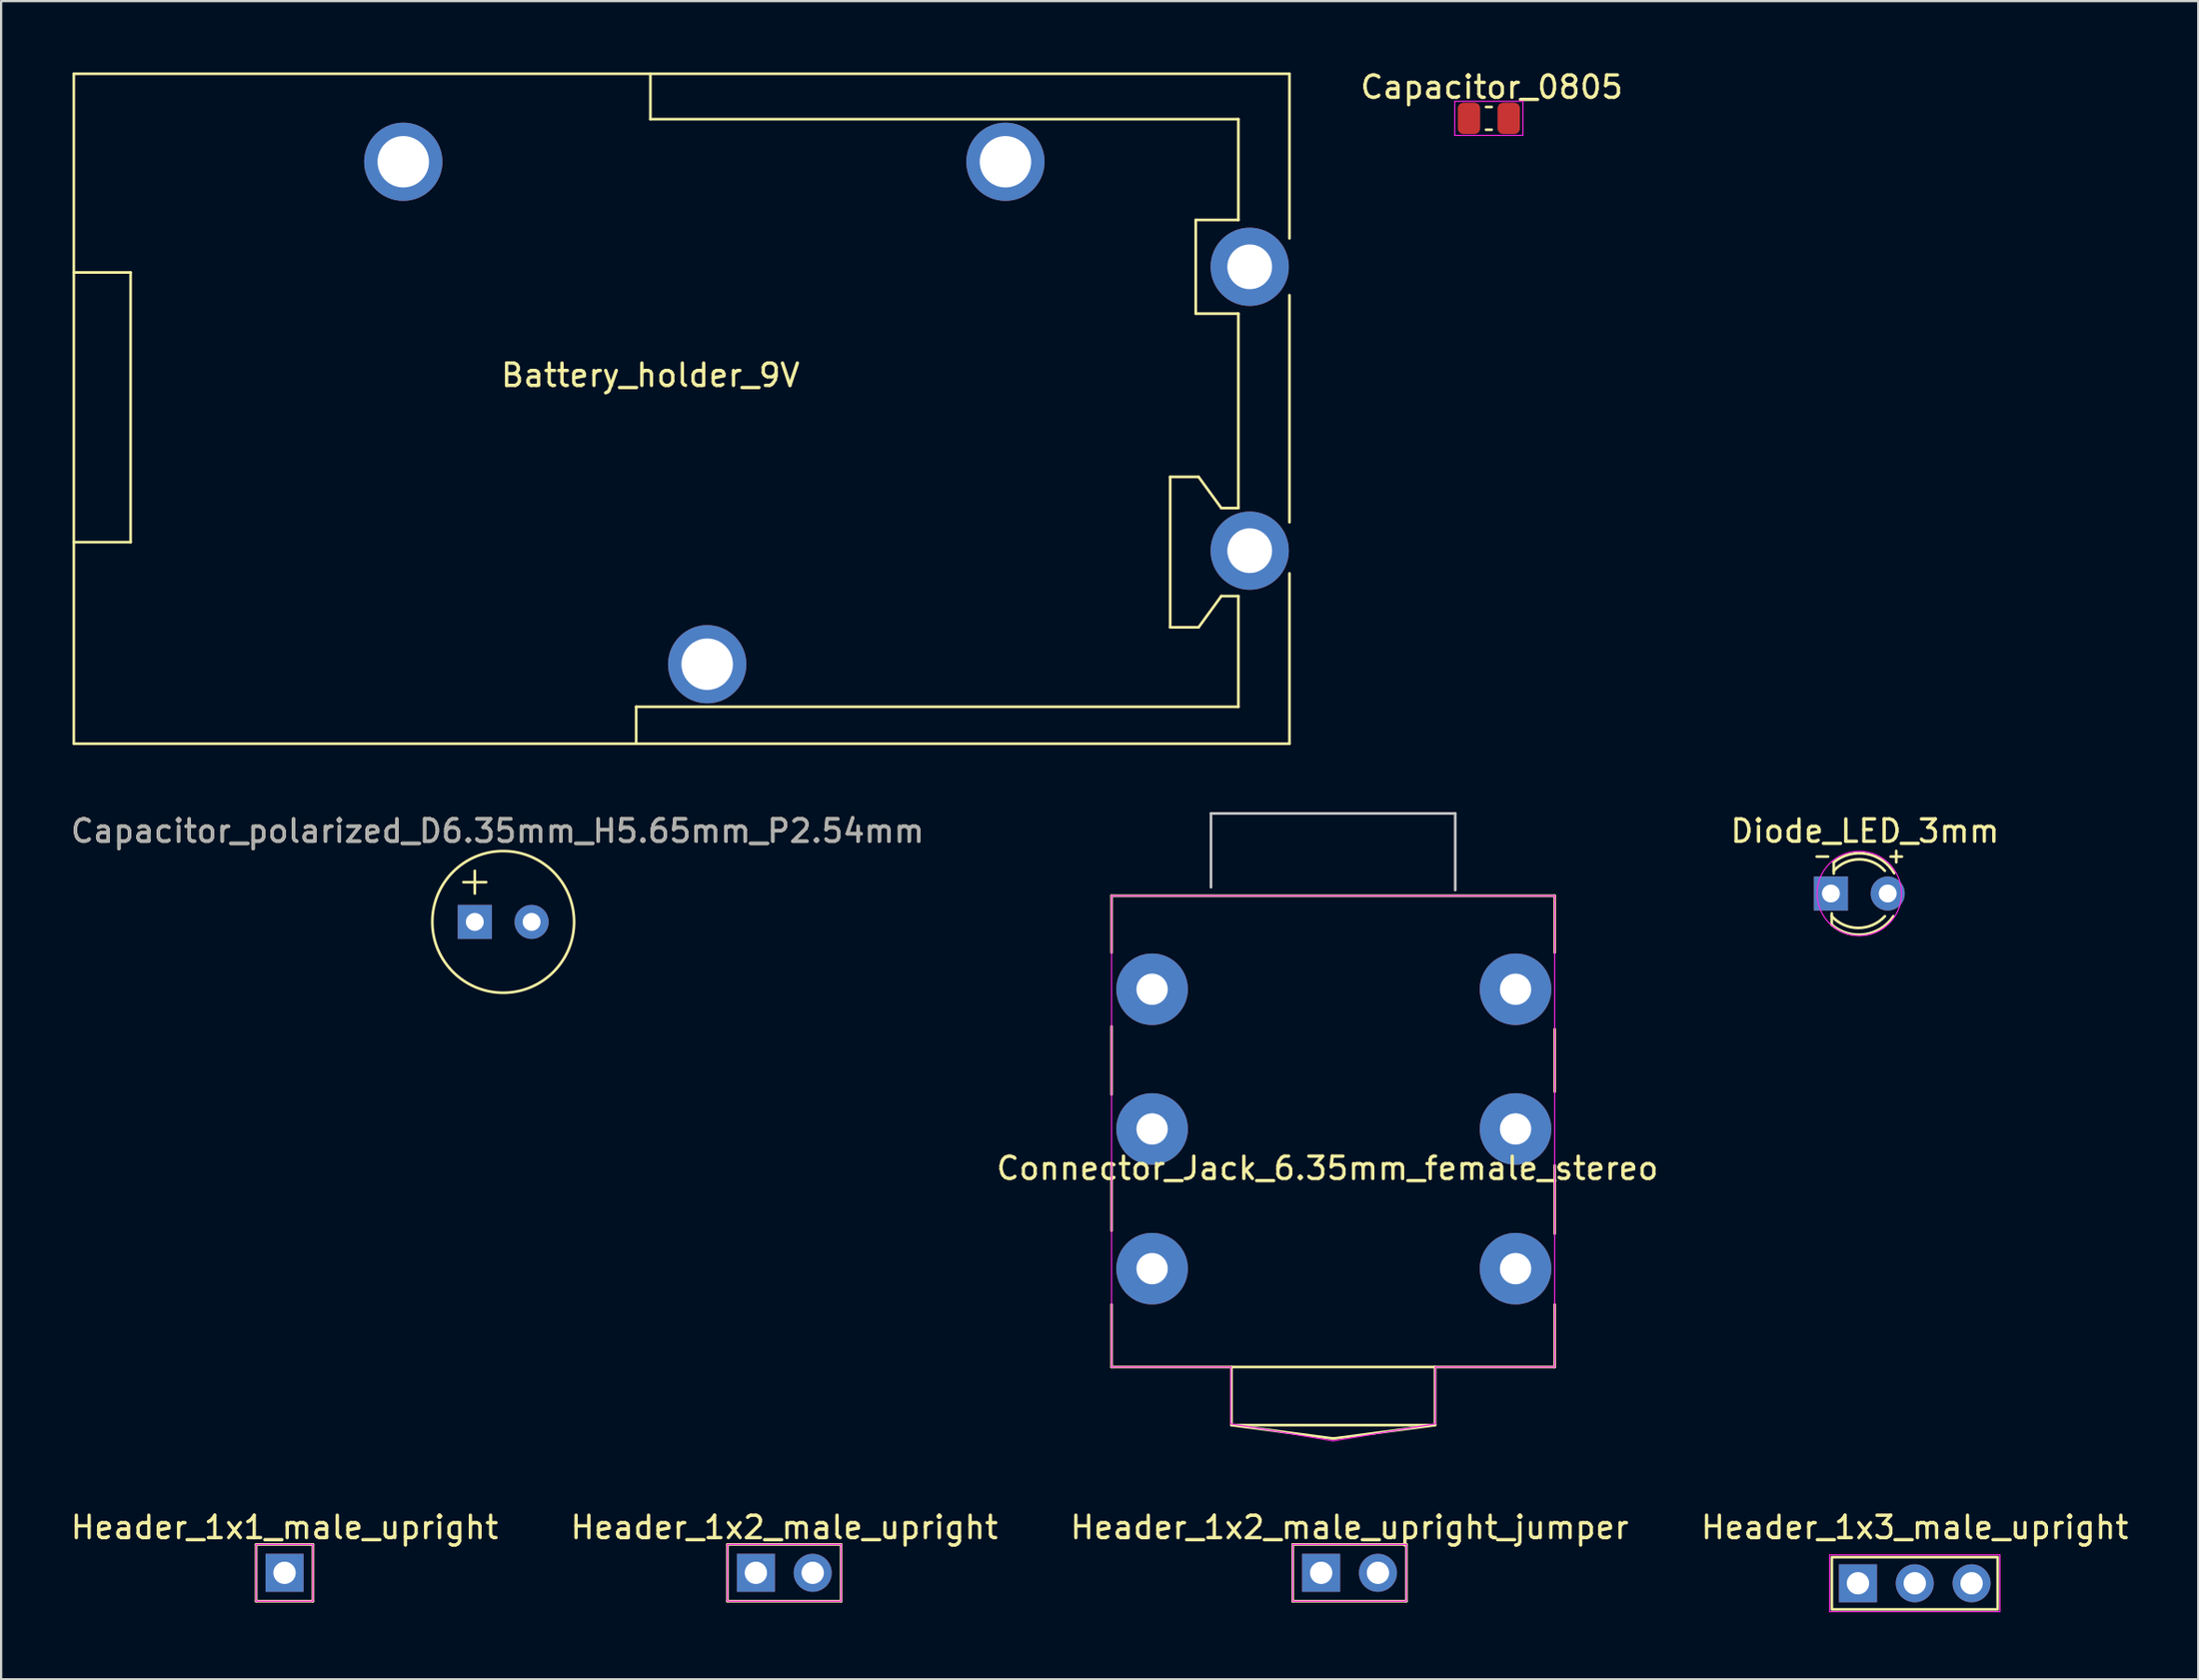
<source format=kicad_pcb>
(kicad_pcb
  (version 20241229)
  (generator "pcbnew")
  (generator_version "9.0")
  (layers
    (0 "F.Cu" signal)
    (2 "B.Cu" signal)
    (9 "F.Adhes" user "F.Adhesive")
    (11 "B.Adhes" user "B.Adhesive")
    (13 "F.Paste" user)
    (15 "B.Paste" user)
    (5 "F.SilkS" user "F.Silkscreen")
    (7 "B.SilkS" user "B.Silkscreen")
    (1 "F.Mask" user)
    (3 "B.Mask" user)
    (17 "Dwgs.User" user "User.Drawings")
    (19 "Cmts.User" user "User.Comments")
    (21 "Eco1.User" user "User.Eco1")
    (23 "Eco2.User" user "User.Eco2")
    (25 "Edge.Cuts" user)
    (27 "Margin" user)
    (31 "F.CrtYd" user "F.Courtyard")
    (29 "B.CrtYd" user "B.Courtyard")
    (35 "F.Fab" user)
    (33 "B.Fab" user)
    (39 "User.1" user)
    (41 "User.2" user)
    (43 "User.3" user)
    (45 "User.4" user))
  (footprint "Capacitor_0805"
    (layer "F.Cu")
    (at 63.521 2.245)
    (property "Reference" "Capacitor_0805" (at 0.127 -1.397 0) (unlocked yes) (layer "F.SilkS") (effects (font (size 1 1) (thickness 0.15))))
    (attr smd)
    (fp_line (start -0.127 -0.508) (end 0.127 -0.508) (stroke (width 0.12) (type solid)) (layer "F.SilkS"))
    (fp_line (start -0.127 0.508) (end 0.127 0.508) (stroke (width 0.12) (type solid)) (layer "F.SilkS"))
    (fp_line (start -1.524 -0.762) (end -1.524 0.762) (stroke (width 0.05) (type solid)) (layer "F.CrtYd"))
    (fp_line (start -1.524 0.762) (end 1.524 0.762) (stroke (width 0.05) (type solid)) (layer "F.CrtYd"))
    (fp_line (start 1.524 -0.762) (end -1.524 -0.762) (stroke (width 0.05) (type solid)) (layer "F.CrtYd"))
    (fp_line (start 1.524 0.762) (end 1.524 -0.762) (stroke (width 0.05) (type solid)) (layer "F.CrtYd"))
    (pad "1" smd roundrect (at 0.889 0) (size 1 1.4) (layers "F.Cu" "F.Mask" "F.Paste") (roundrect_rratio 0.25))
    (pad "2" smd roundrect (at -0.889 0) (size 1 1.4) (layers "F.Cu" "F.Mask" "F.Paste") (roundrect_rratio 0.25)))
  (footprint "Connector_Jack_6.35mm_female_stereo"
    (layer "F.Cu")
    (at 56.558 47.439)
    (property "Reference" "Connector_Jack_6.35mm_female_stereo" (at -0.254 1.778 0) (unlocked yes) (layer "F.SilkS") (effects (font (size 1 1) (thickness 0.15))))
    (attr through_hole)
    (fp_line (start -9.906 -10.414) (end -9.906 -7.874) (stroke (width 0.12) (type solid)) (layer "F.SilkS"))
    (fp_line (start -9.906 -4.572) (end -9.906 -1.524) (stroke (width 0.12) (type solid)) (layer "F.SilkS"))
    (fp_line (start -9.906 1.651) (end -9.906 4.572) (stroke (width 0.12) (type solid)) (layer "F.SilkS"))
    (fp_line (start -9.906 7.874) (end -9.906 10.668) (stroke (width 0.12) (type solid)) (layer "F.SilkS"))
    (fp_line (start -9.906 10.668) (end -4.544 10.668) (stroke (width 0.12) (type solid)) (layer "F.SilkS"))
    (fp_line (start 0.006 13.868) (end -4.544 13.268) (stroke (width 0.12) (type solid)) (layer "F.SilkS"))
    (fp_line (start 4.556 10.668) (end 9.906 10.668) (stroke (width 0.12) (type solid)) (layer "F.SilkS"))
    (fp_line (start 4.556 13.268) (end 0.006 13.868) (stroke (width 0.12) (type solid)) (layer "F.SilkS"))
    (fp_line (start 9.906 -10.414) (end -9.906 -10.414) (stroke (width 0.12) (type solid)) (layer "F.SilkS"))
    (fp_line (start 9.906 -7.874) (end 9.906 -10.414) (stroke (width 0.12) (type solid)) (layer "F.SilkS"))
    (fp_line (start 9.906 -1.651) (end 9.906 -4.445) (stroke (width 0.12) (type solid)) (layer "F.SilkS"))
    (fp_line (start 9.906 4.699) (end 9.906 1.651) (stroke (width 0.12) (type solid)) (layer "F.SilkS"))
    (fp_line (start 9.906 10.668) (end 9.906 7.874) (stroke (width 0.12) (type solid)) (layer "F.SilkS"))
    (fp_rect (start -4.544 10.668) (end 4.556 13.268) (stroke (width 0.12) (type solid)) (fill no) (layer "F.SilkS"))
    (fp_line (start -5.461 -14.097) (end 5.461 -14.097) (stroke (width 0.12) (type solid)) (layer "Dwgs.User"))
    (fp_line (start -5.461 -10.795) (end -5.461 -14.097) (stroke (width 0.12) (type solid)) (layer "Dwgs.User"))
    (fp_line (start 5.461 -14.097) (end 5.461 -10.668) (stroke (width 0.12) (type solid)) (layer "Dwgs.User"))
    (fp_line (start -9.906 -10.414) (end 9.906 -10.414) (stroke (width 0.05) (type solid)) (layer "F.CrtYd"))
    (fp_line (start -9.906 10.668) (end -9.906 -10.414) (stroke (width 0.05) (type solid)) (layer "F.CrtYd"))
    (fp_line (start -4.572 10.668) (end -9.906 10.668) (stroke (width 0.05) (type solid)) (layer "F.CrtYd"))
    (fp_line (start -4.572 13.208) (end -4.572 10.668) (stroke (width 0.05) (type solid)) (layer "F.CrtYd"))
    (fp_line (start 0 13.97) (end -4.572 13.208) (stroke (width 0.05) (type solid)) (layer "F.CrtYd"))
    (fp_line (start 4.572 10.668) (end 4.572 13.208) (stroke (width 0.05) (type solid)) (layer "F.CrtYd"))
    (fp_line (start 4.572 13.208) (end 0 13.97) (stroke (width 0.05) (type solid)) (layer "F.CrtYd"))
    (fp_line (start 9.906 -10.414) (end 9.906 10.668) (stroke (width 0.05) (type solid)) (layer "F.CrtYd"))
    (fp_line (start 9.906 10.668) (end 4.572 10.668) (stroke (width 0.05) (type solid)) (layer "F.CrtYd"))
    (pad "R" thru_hole circle (at -8.094 0.018) (size 3.2 3.2) (drill 1.4) (layers "*.Cu" "*.Mask"))
    (pad "RN" thru_hole circle (at 8.156 0.018) (size 3.2 3.2) (drill 1.4) (layers "*.Cu" "*.Mask"))
    (pad "S" thru_hole circle (at -8.094 -6.232) (size 3.2 3.2) (drill 1.4) (layers "*.Cu" "*.Mask"))
    (pad "SN" thru_hole circle (at 8.156 -6.232) (size 3.2 3.2) (drill 1.4) (layers "*.Cu" "*.Mask"))
    (pad "T" thru_hole circle (at -8.094 6.268) (size 3.2 3.2) (drill 1.4) (layers "*.Cu" "*.Mask"))
    (pad "TN" thru_hole circle (at 8.156 6.268) (size 3.2 3.2) (drill 1.4) (layers "*.Cu" "*.Mask")))
  (footprint "Header_1x2_male_upright_jumper"
    (layer "F.Cu")
    (at 56.022 67.314)
    (property "Reference" "Header_1x2_male_upright_jumper" (at 1.27 -2.032 0) (unlocked yes) (layer "F.SilkS") (effects (font (size 1 1) (thickness 0.15))))
    (attr through_hole)
    (fp_line (start -1.27 -1.27) (end 3.81 -1.27) (stroke (width 0.12) (type solid)) (layer "F.SilkS"))
    (fp_line (start -1.27 1.27) (end -1.27 -1.27) (stroke (width 0.12) (type solid)) (layer "F.SilkS"))
    (fp_line (start 3.81 -1.27) (end 3.81 1.27) (stroke (width 0.12) (type solid)) (layer "F.SilkS"))
    (fp_line (start 3.81 1.27) (end -1.27 1.27) (stroke (width 0.12) (type solid)) (layer "F.SilkS"))
    (fp_line (start -1.27 -1.27) (end 3.81 -1.27) (stroke (width 0.05) (type solid)) (layer "F.CrtYd"))
    (fp_line (start -1.27 1.27) (end -1.27 -1.27) (stroke (width 0.05) (type solid)) (layer "F.CrtYd"))
    (fp_line (start 3.81 -1.27) (end 3.81 1.27) (stroke (width 0.05) (type solid)) (layer "F.CrtYd"))
    (fp_line (start 3.81 1.27) (end -1.27 1.27) (stroke (width 0.05) (type solid)) (layer "F.CrtYd"))
    (pad "1" thru_hole rect (at 0 0 90) (size 1.7 1.7) (drill 1) (layers "*.Cu" "*.Mask"))
    (pad "2" thru_hole oval (at 2.54 0 90) (size 1.7 1.7) (drill 1) (layers "*.Cu" "*.Mask")))
  (footprint "Header_1x2_male_upright"
    (layer "F.Cu")
    (at 30.748 67.314)
    (property "Reference" "Header_1x2_male_upright" (at 1.27 -2.032 0) (unlocked yes) (layer "F.SilkS") (effects (font (size 1 1) (thickness 0.15))))
    (attr through_hole)
    (fp_line (start -1.27 -1.27) (end 3.81 -1.27) (stroke (width 0.12) (type solid)) (layer "F.SilkS"))
    (fp_line (start -1.27 1.27) (end -1.27 -1.27) (stroke (width 0.12) (type solid)) (layer "F.SilkS"))
    (fp_line (start 3.81 -1.27) (end 3.81 1.27) (stroke (width 0.12) (type solid)) (layer "F.SilkS"))
    (fp_line (start 3.81 1.27) (end -1.27 1.27) (stroke (width 0.12) (type solid)) (layer "F.SilkS"))
    (fp_line (start -1.27 -1.27) (end 3.81 -1.27) (stroke (width 0.05) (type solid)) (layer "F.CrtYd"))
    (fp_line (start -1.27 1.27) (end -1.27 -1.27) (stroke (width 0.05) (type solid)) (layer "F.CrtYd"))
    (fp_line (start 3.81 -1.27) (end 3.81 1.27) (stroke (width 0.05) (type solid)) (layer "F.CrtYd"))
    (fp_line (start 3.81 1.27) (end -1.27 1.27) (stroke (width 0.05) (type solid)) (layer "F.CrtYd"))
    (pad "1" thru_hole rect (at 0 0 90) (size 1.7 1.7) (drill 1) (layers "*.Cu" "*.Mask"))
    (pad "2" thru_hole oval (at 2.54 0 90) (size 1.7 1.7) (drill 1) (layers "*.Cu" "*.Mask")))
  (footprint "Header_1x1_male_upright"
    (layer "F.Cu")
    (at 9.673 67.314)
    (property "Reference" "Header_1x1_male_upright" (at 0 -2.032 0) (unlocked yes) (layer "F.SilkS") (effects (font (size 1 1) (thickness 0.15))))
    (attr through_hole)
    (fp_line (start -1.27 -1.27) (end 1.27 -1.27) (stroke (width 0.12) (type solid)) (layer "F.SilkS"))
    (fp_line (start -1.27 1.27) (end -1.27 -1.27) (stroke (width 0.12) (type solid)) (layer "F.SilkS"))
    (fp_line (start 1.27 -1.27) (end 1.27 1.27) (stroke (width 0.12) (type solid)) (layer "F.SilkS"))
    (fp_line (start 1.27 1.27) (end -1.27 1.27) (stroke (width 0.12) (type solid)) (layer "F.SilkS"))
    (fp_line (start -1.27 -1.27) (end 1.27 -1.27) (stroke (width 0.05) (type solid)) (layer "F.CrtYd"))
    (fp_line (start -1.27 1.27) (end -1.27 -1.27) (stroke (width 0.05) (type solid)) (layer "F.CrtYd"))
    (fp_line (start 1.27 -1.27) (end 1.27 1.27) (stroke (width 0.05) (type solid)) (layer "F.CrtYd"))
    (fp_line (start 1.27 1.27) (end -1.27 1.27) (stroke (width 0.05) (type solid)) (layer "F.CrtYd"))
    (pad "1" thru_hole rect (at 0 0) (size 1.7 1.7) (drill 1) (layers "*.Cu" "*.Mask")))
  (footprint "Diode_LED_3mm"
    (layer "F.Cu")
    (at 78.815 36.924)
    (property "Reference" "Diode_LED_3mm" (at 1.524 -2.794 0) (unlocked yes) (layer "F.SilkS") (effects (font (size 1 1) (thickness 0.15))))
    (attr through_hole)
    (fp_line (start -0.127 -1.651) (end -0.635 -1.651) (stroke (width 0.12) (type solid)) (layer "F.SilkS"))
    (fp_line (start 0.038 1.397) (end 0.038 0.889) (stroke (width 0.12) (type solid)) (layer "F.SilkS"))
    (fp_line (start 0.127 -1.397) (end 0.127 -0.889) (stroke (width 0.12) (type solid)) (layer "F.SilkS"))
    (fp_line (start 2.667 -1.651) (end 3.175 -1.651) (stroke (width 0.12) (type solid)) (layer "F.SilkS"))
    (fp_line (start 2.921 -1.397) (end 2.921 -1.905) (stroke (width 0.12) (type solid)) (layer "F.SilkS"))
    (fp_arc (start 0.127 -1.397) (mid 1.590479 -1.776331) (end 2.829129 -0.909492) (stroke (width 0.12) (type solid)) (layer "F.SilkS"))
    (fp_arc (start 0.127 -1.016) (mid 1.27 -1.529283) (end 2.413 -1.016) (stroke (width 0.12) (type solid)) (layer "F.SilkS"))
    (fp_arc (start 2.413 1.016) (mid 1.22546 1.539768) (end 0.037919 1.016) (stroke (width 0.12) (type solid)) (layer "F.SilkS"))
    (fp_arc (start 2.794 1.016) (mid 1.501652 1.826385) (end 0.037919 1.397) (stroke (width 0.12) (type solid)) (layer "F.SilkS"))
    (fp_circle (center 1.27 0) (end 0 -1.397) (stroke (width 0.05) (type solid)) (fill no) (layer "F.CrtYd"))
    (pad "A" thru_hole circle (at 2.54 0) (size 1.524 1.524) (drill 0.8) (layers "*.Cu" "*.Mask"))
    (pad "K" thru_hole rect (at 0 0) (size 1.524 1.524) (drill 0.8) (layers "*.Cu" "*.Mask")))
  (footprint "Battery_holder_9V"
    (layer "F.Cu")
    (at 0.25 0.25)
    (property "Reference" "Battery_holder_9V" (at 25.781 13.486 0) (unlocked yes) (layer "F.SilkS") (effects (font (size 1 1) (thickness 0.15))))
    (attr through_hole)
    (fp_line (start 0 0) (end 0 29.972) (stroke (width 0.12) (type solid)) (layer "F.SilkS"))
    (fp_line (start 0 8.89) (end 2.54 8.89) (stroke (width 0.12) (type solid)) (layer "F.SilkS"))
    (fp_line (start 0 29.972) (end 54.356 29.972) (stroke (width 0.12) (type solid)) (layer "F.SilkS"))
    (fp_line (start 2.54 8.89) (end 2.54 20.955) (stroke (width 0.12) (type solid)) (layer "F.SilkS"))
    (fp_line (start 2.54 20.955) (end 0 20.955) (stroke (width 0.12) (type solid)) (layer "F.SilkS"))
    (fp_line (start 25.146 28.321) (end 25.146 29.972) (stroke (width 0.12) (type solid)) (layer "F.SilkS"))
    (fp_line (start 25.781 0) (end 25.781 2.032) (stroke (width 0.12) (type solid)) (layer "F.SilkS"))
    (fp_line (start 25.781 2.032) (end 52.07 2.032) (stroke (width 0.12) (type solid)) (layer "F.SilkS"))
    (fp_line (start 49.022 18.034) (end 50.292 18.034) (stroke (width 0.12) (type solid)) (layer "F.SilkS"))
    (fp_line (start 49.022 24.765) (end 49.022 18.034) (stroke (width 0.12) (type solid)) (layer "F.SilkS"))
    (fp_line (start 50.165 6.54) (end 50.165 10.732) (stroke (width 0.12) (type solid)) (layer "F.SilkS"))
    (fp_line (start 50.165 10.732) (end 52.07 10.732) (stroke (width 0.12) (type solid)) (layer "F.SilkS"))
    (fp_line (start 50.292 18.034) (end 51.308 19.431) (stroke (width 0.12) (type solid)) (layer "F.SilkS"))
    (fp_line (start 50.292 24.765) (end 49.022 24.765) (stroke (width 0.12) (type solid)) (layer "F.SilkS"))
    (fp_line (start 51.308 19.431) (end 52.07 19.431) (stroke (width 0.12) (type solid)) (layer "F.SilkS"))
    (fp_line (start 51.308 23.368) (end 50.292 24.765) (stroke (width 0.12) (type solid)) (layer "F.SilkS"))
    (fp_line (start 52.07 2.032) (end 52.07 6.54) (stroke (width 0.12) (type solid)) (layer "F.SilkS"))
    (fp_line (start 52.07 6.54) (end 50.165 6.54) (stroke (width 0.12) (type solid)) (layer "F.SilkS"))
    (fp_line (start 52.07 10.732) (end 52.07 19.431) (stroke (width 0.12) (type solid)) (layer "F.SilkS"))
    (fp_line (start 52.07 23.368) (end 51.308 23.368) (stroke (width 0.12) (type solid)) (layer "F.SilkS"))
    (fp_line (start 52.07 23.368) (end 52.07 28.321) (stroke (width 0.12) (type solid)) (layer "F.SilkS"))
    (fp_line (start 52.07 28.321) (end 25.146 28.321) (stroke (width 0.12) (type solid)) (layer "F.SilkS"))
    (fp_line (start 54.356 0) (end 0 0) (stroke (width 0.12) (type solid)) (layer "F.SilkS"))
    (fp_line (start 54.356 0) (end 54.356 7.366) (stroke (width 0.12) (type solid)) (layer "F.SilkS"))
    (fp_line (start 54.356 9.906) (end 54.356 20.066) (stroke (width 0.12) (type solid)) (layer "F.SilkS"))
    (fp_line (start 54.356 29.972) (end 54.356 22.352) (stroke (width 0.12) (type solid)) (layer "F.SilkS"))
    (pad "" thru_hole circle (at 14.732 3.937) (size 3.5 3.5) (drill 2.3) (layers "*.Cu" "*.Mask"))
    (pad "" thru_hole circle (at 28.321 26.416) (size 3.5 3.5) (drill 2.3) (layers "*.Cu" "*.Mask"))
    (pad "" thru_hole circle (at 41.656 3.937) (size 3.5 3.5) (drill 2.3) (layers "*.Cu" "*.Mask"))
    (pad "N" thru_hole circle (at 52.578 8.636) (size 3.5 3.5) (drill 2) (layers "*.Cu" "*.Mask"))
    (pad "P" thru_hole circle (at 52.578 21.336) (size 3.5 3.5) (drill 2) (layers "*.Cu" "*.Mask")))
  (footprint "Capacitor_polarized_D6.35mm_H5.65mm_P2.54mm"
    (layer "F.Cu")
    (at 18.18 38.194)
    (property "Reference" "Capacitor_polarized_D6.35mm_H5.65mm_P2.54mm" (at 1.016 -4.064 0) (unlocked yes) (layer "F.SilkS") (effects (font (size 1 1) (thickness 0.15))))
    (attr through_hole)
    (fp_line (start -0.508 -1.778) (end 0.508 -1.778) (stroke (width 0.12) (type solid)) (layer "F.SilkS"))
    (fp_line (start 0 -2.286) (end 0 -1.27) (stroke (width 0.12) (type solid)) (layer "F.SilkS"))
    (fp_circle (center 1.27 0) (end 4.44 0) (stroke (width 0.12) (type solid)) (fill no) (layer "F.SilkS"))
    (fp_text user "${REFERENCE}" (at 1.016 -4.064 0) (unlocked yes) (layer "F.Fab") (effects (font (size 1 1) (thickness 0.15))))
    (pad "N" thru_hole circle (at 2.54 0) (size 1.524 1.524) (drill 0.8) (layers "*.Cu" "*.Mask"))
    (pad "P" thru_hole rect (at 0 0) (size 1.524 1.524) (drill 0.8) (layers "*.Cu" "*.Mask")))
  (footprint "Header_1x3_male_upright"
    (layer "F.Cu")
    (at 80.025 67.782)
    (property "Reference" "Header_1x3_male_upright" (at 2.54 -2.5 0) (unlocked yes) (layer "F.SilkS") (effects (font (size 1 1) (thickness 0.15))))
    (attr through_hole)
    (fp_rect (start -1.168 -1.168) (end 6.248 1.168) (stroke (width 0.12) (type solid)) (fill no) (layer "F.SilkS"))
    (fp_line (start -1.27 -1.27) (end 6.35 -1.27) (stroke (width 0.05) (type solid)) (layer "F.CrtYd"))
    (fp_line (start -1.27 1.27) (end -1.27 -1.27) (stroke (width 0.05) (type solid)) (layer "F.CrtYd"))
    (fp_line (start 6.35 -1.27) (end 6.35 1.27) (stroke (width 0.05) (type solid)) (layer "F.CrtYd"))
    (fp_line (start 6.35 1.27) (end -1.27 1.27) (stroke (width 0.05) (type solid)) (layer "F.CrtYd"))
    (pad "1" thru_hole rect (at 0 0 90) (size 1.7 1.7) (drill 1) (layers "*.Cu" "*.Mask"))
    (pad "2" thru_hole oval (at 2.54 0 90) (size 1.7 1.7) (drill 1) (layers "*.Cu" "*.Mask"))
    (pad "3" thru_hole oval (at 5.08 0 90) (size 1.7 1.7) (drill 1) (layers "*.Cu" "*.Mask")))
  (gr_rect
    (start -3 -3)
    (end 95.238 72.077)
    (stroke (width 0.1) (type default))
    (fill no)
    (layer "Edge.Cuts")))
</source>
